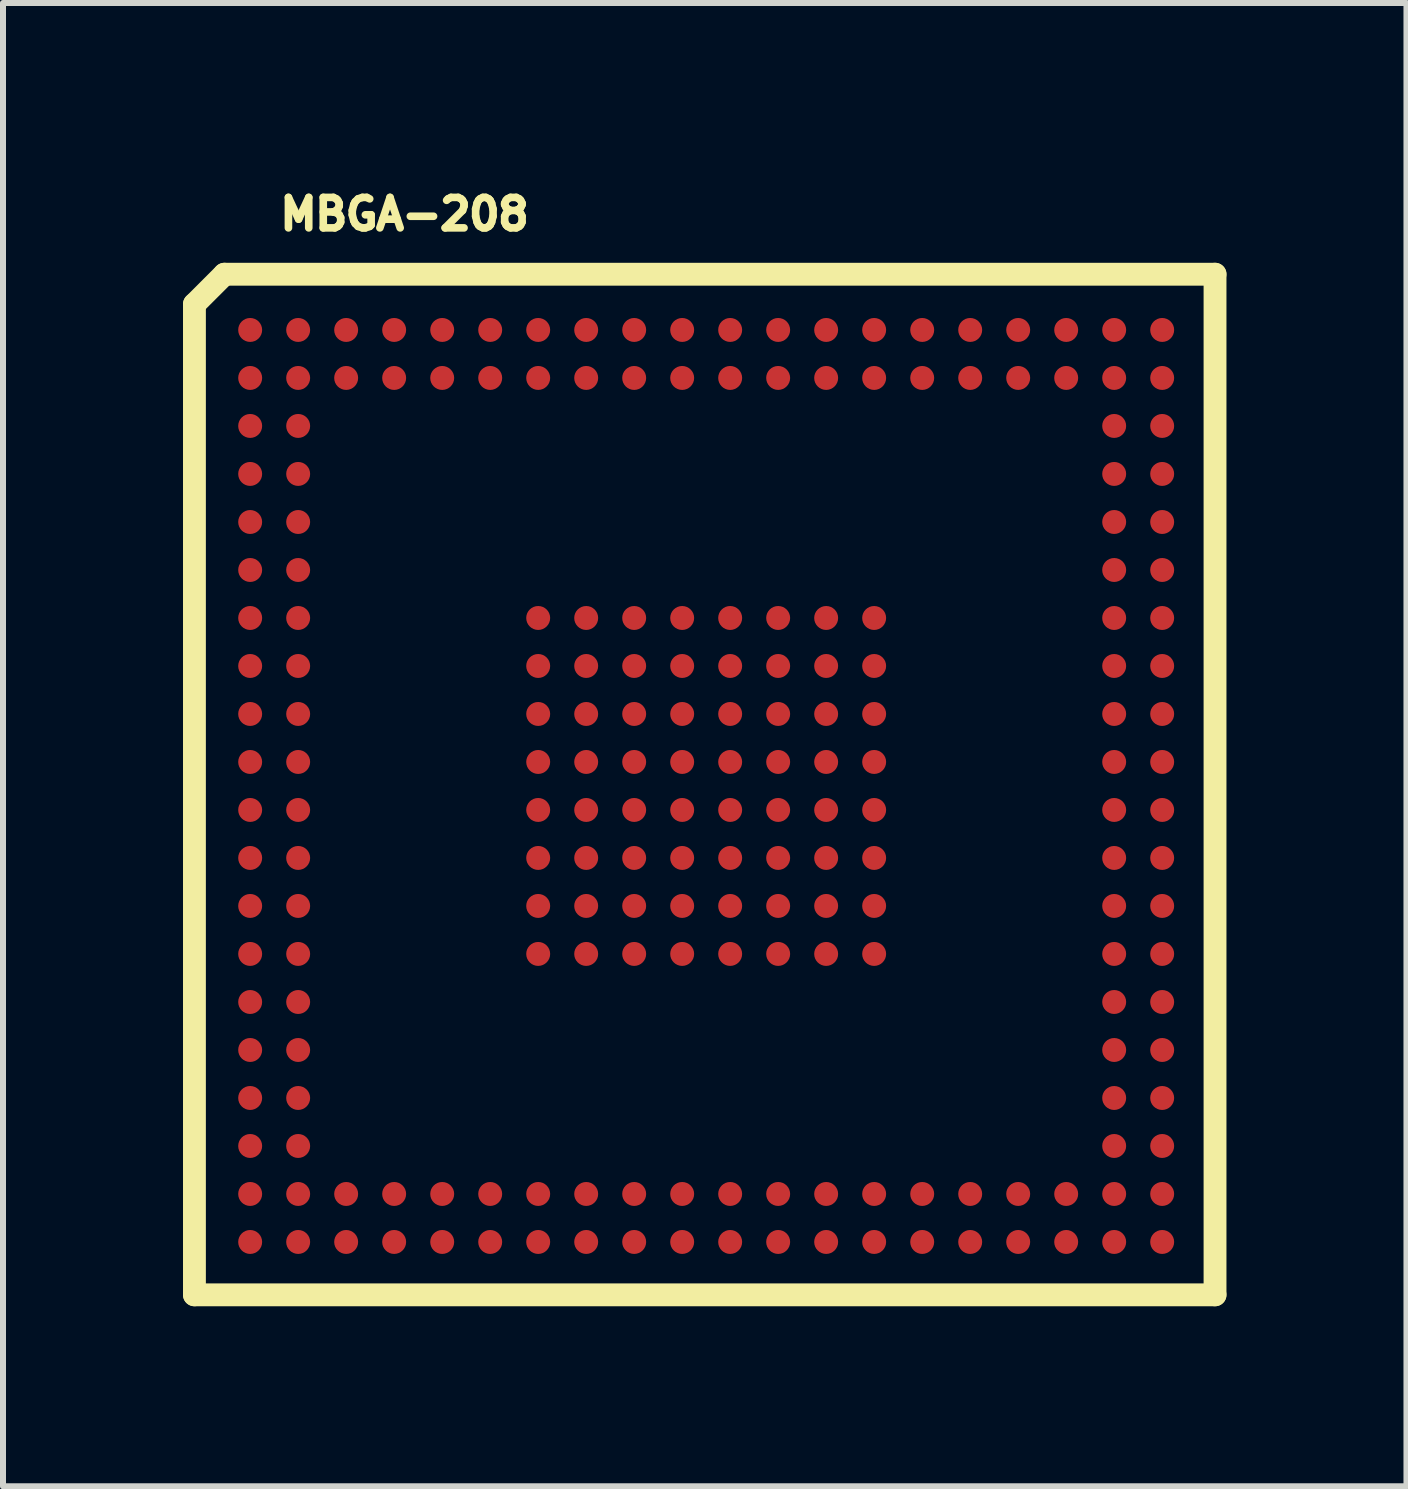
<source format=kicad_pcb>
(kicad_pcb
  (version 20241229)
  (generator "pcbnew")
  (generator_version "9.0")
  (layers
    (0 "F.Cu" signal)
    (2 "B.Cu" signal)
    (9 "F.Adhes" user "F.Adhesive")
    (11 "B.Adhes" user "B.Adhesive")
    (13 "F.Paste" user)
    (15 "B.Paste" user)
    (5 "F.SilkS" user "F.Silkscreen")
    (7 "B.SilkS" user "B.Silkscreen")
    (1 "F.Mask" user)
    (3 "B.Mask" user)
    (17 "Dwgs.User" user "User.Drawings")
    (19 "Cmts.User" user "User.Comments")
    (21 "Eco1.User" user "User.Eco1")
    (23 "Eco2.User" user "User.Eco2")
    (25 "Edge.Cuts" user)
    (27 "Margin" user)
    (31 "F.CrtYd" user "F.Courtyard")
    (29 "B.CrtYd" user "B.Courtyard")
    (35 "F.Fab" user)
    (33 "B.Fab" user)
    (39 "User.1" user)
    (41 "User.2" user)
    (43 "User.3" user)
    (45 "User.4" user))
  (footprint "MBGA-208"
    (layer "F.Cu")
    (at 8.697 10.027)
    (property "Reference" "MBGA-208" (at -5.004 -9.507 0) (layer "F.SilkS") (effects (font (size 0.508 0.508) (thickness 0.127))))
    (attr through_hole)
    (fp_line (start -8.506 -8.006) (end -8.006 -8.506) (stroke (width 0.381) (type solid)) (layer "F.SilkS"))
    (fp_line (start -8.506 8.506) (end -8.506 -8.006) (stroke (width 0.381) (type solid)) (layer "F.SilkS"))
    (fp_line (start -8.006 -8.506) (end 8.506 -8.506) (stroke (width 0.381) (type solid)) (layer "F.SilkS"))
    (fp_line (start 8.506 -8.506) (end 8.506 8.506) (stroke (width 0.381) (type solid)) (layer "F.SilkS"))
    (fp_line (start 8.506 8.506) (end -8.506 8.506) (stroke (width 0.381) (type solid)) (layer "F.SilkS"))
    (pad "A1" smd circle (at -7.577 -7.577) (size 0.399 0.399) (layers "F.Cu" "F.Mask" "F.Paste"))
    (pad "A2" smd circle (at -6.777 -7.577) (size 0.399 0.399) (layers "F.Cu" "F.Mask" "F.Paste"))
    (pad "A3" smd circle (at -5.977 -7.577) (size 0.399 0.399) (layers "F.Cu" "F.Mask" "F.Paste"))
    (pad "A4" smd circle (at -5.177 -7.577) (size 0.399 0.399) (layers "F.Cu" "F.Mask" "F.Paste"))
    (pad "A5" smd circle (at -4.376 -7.577) (size 0.399 0.399) (layers "F.Cu" "F.Mask" "F.Paste"))
    (pad "A6" smd circle (at -3.576 -7.577) (size 0.399 0.399) (layers "F.Cu" "F.Mask" "F.Paste"))
    (pad "A7" smd circle (at -2.776 -7.577) (size 0.399 0.399) (layers "F.Cu" "F.Mask" "F.Paste"))
    (pad "A8" smd circle (at -1.976 -7.577) (size 0.399 0.399) (layers "F.Cu" "F.Mask" "F.Paste"))
    (pad "A9" smd circle (at -1.176 -7.577) (size 0.399 0.399) (layers "F.Cu" "F.Mask" "F.Paste"))
    (pad "A10" smd circle (at -0.376 -7.577) (size 0.399 0.399) (layers "F.Cu" "F.Mask" "F.Paste"))
    (pad "A11" smd circle (at 0.424 -7.577) (size 0.399 0.399) (layers "F.Cu" "F.Mask" "F.Paste"))
    (pad "A12" smd circle (at 1.224 -7.577) (size 0.399 0.399) (layers "F.Cu" "F.Mask" "F.Paste"))
    (pad "A13" smd circle (at 2.024 -7.577) (size 0.399 0.399) (layers "F.Cu" "F.Mask" "F.Paste"))
    (pad "A14" smd circle (at 2.824 -7.577) (size 0.399 0.399) (layers "F.Cu" "F.Mask" "F.Paste"))
    (pad "A15" smd circle (at 3.625 -7.577) (size 0.399 0.399) (layers "F.Cu" "F.Mask" "F.Paste"))
    (pad "A16" smd circle (at 4.425 -7.577) (size 0.399 0.399) (layers "F.Cu" "F.Mask" "F.Paste"))
    (pad "A17" smd circle (at 5.225 -7.577) (size 0.399 0.399) (layers "F.Cu" "F.Mask" "F.Paste"))
    (pad "A18" smd circle (at 6.025 -7.577) (size 0.399 0.399) (layers "F.Cu" "F.Mask" "F.Paste"))
    (pad "A19" smd circle (at 6.825 -7.577) (size 0.399 0.399) (layers "F.Cu" "F.Mask" "F.Paste"))
    (pad "A20" smd circle (at 7.625 -7.577) (size 0.399 0.399) (layers "F.Cu" "F.Mask" "F.Paste"))
    (pad "B1" smd circle (at -7.577 -6.777) (size 0.399 0.399) (layers "F.Cu" "F.Mask" "F.Paste"))
    (pad "B2" smd circle (at -6.777 -6.777) (size 0.399 0.399) (layers "F.Cu" "F.Mask" "F.Paste"))
    (pad "B3" smd circle (at -5.977 -6.777) (size 0.399 0.399) (layers "F.Cu" "F.Mask" "F.Paste"))
    (pad "B4" smd circle (at -5.177 -6.777) (size 0.399 0.399) (layers "F.Cu" "F.Mask" "F.Paste"))
    (pad "B5" smd circle (at -4.376 -6.777) (size 0.399 0.399) (layers "F.Cu" "F.Mask" "F.Paste"))
    (pad "B6" smd circle (at -3.576 -6.777) (size 0.399 0.399) (layers "F.Cu" "F.Mask" "F.Paste"))
    (pad "B7" smd circle (at -2.776 -6.777) (size 0.399 0.399) (layers "F.Cu" "F.Mask" "F.Paste"))
    (pad "B8" smd circle (at -1.976 -6.777) (size 0.399 0.399) (layers "F.Cu" "F.Mask" "F.Paste"))
    (pad "B9" smd circle (at -1.176 -6.777) (size 0.399 0.399) (layers "F.Cu" "F.Mask" "F.Paste"))
    (pad "B10" smd circle (at -0.376 -6.777) (size 0.399 0.399) (layers "F.Cu" "F.Mask" "F.Paste"))
    (pad "B11" smd circle (at 0.424 -6.777) (size 0.399 0.399) (layers "F.Cu" "F.Mask" "F.Paste"))
    (pad "B12" smd circle (at 1.224 -6.777) (size 0.399 0.399) (layers "F.Cu" "F.Mask" "F.Paste"))
    (pad "B13" smd circle (at 2.024 -6.777) (size 0.399 0.399) (layers "F.Cu" "F.Mask" "F.Paste"))
    (pad "B14" smd circle (at 2.824 -6.777) (size 0.399 0.399) (layers "F.Cu" "F.Mask" "F.Paste"))
    (pad "B15" smd circle (at 3.625 -6.777) (size 0.399 0.399) (layers "F.Cu" "F.Mask" "F.Paste"))
    (pad "B16" smd circle (at 4.425 -6.777) (size 0.399 0.399) (layers "F.Cu" "F.Mask" "F.Paste"))
    (pad "B17" smd circle (at 5.225 -6.777) (size 0.399 0.399) (layers "F.Cu" "F.Mask" "F.Paste"))
    (pad "B18" smd circle (at 6.025 -6.777) (size 0.399 0.399) (layers "F.Cu" "F.Mask" "F.Paste"))
    (pad "B19" smd circle (at 6.825 -6.777) (size 0.399 0.399) (layers "F.Cu" "F.Mask" "F.Paste"))
    (pad "B20" smd circle (at 7.625 -6.777) (size 0.399 0.399) (layers "F.Cu" "F.Mask" "F.Paste"))
    (pad "C1" smd circle (at -7.577 -5.977) (size 0.399 0.399) (layers "F.Cu" "F.Mask" "F.Paste"))
    (pad "C2" smd circle (at -6.777 -5.977) (size 0.399 0.399) (layers "F.Cu" "F.Mask" "F.Paste"))
    (pad "C19" smd circle (at 6.825 -5.977) (size 0.399 0.399) (layers "F.Cu" "F.Mask" "F.Paste"))
    (pad "C20" smd circle (at 7.625 -5.977) (size 0.399 0.399) (layers "F.Cu" "F.Mask" "F.Paste"))
    (pad "D1" smd circle (at -7.577 -5.177) (size 0.399 0.399) (layers "F.Cu" "F.Mask" "F.Paste"))
    (pad "D2" smd circle (at -6.777 -5.177) (size 0.399 0.399) (layers "F.Cu" "F.Mask" "F.Paste"))
    (pad "D19" smd circle (at 6.825 -5.177) (size 0.399 0.399) (layers "F.Cu" "F.Mask" "F.Paste"))
    (pad "D20" smd circle (at 7.625 -5.177) (size 0.399 0.399) (layers "F.Cu" "F.Mask" "F.Paste"))
    (pad "E1" smd circle (at -7.577 -4.376) (size 0.399 0.399) (layers "F.Cu" "F.Mask" "F.Paste"))
    (pad "E2" smd circle (at -6.777 -4.376) (size 0.399 0.399) (layers "F.Cu" "F.Mask" "F.Paste"))
    (pad "E19" smd circle (at 6.825 -4.376) (size 0.399 0.399) (layers "F.Cu" "F.Mask" "F.Paste"))
    (pad "E20" smd circle (at 7.625 -4.376) (size 0.399 0.399) (layers "F.Cu" "F.Mask" "F.Paste"))
    (pad "F1" smd circle (at -7.577 -3.576) (size 0.399 0.399) (layers "F.Cu" "F.Mask" "F.Paste"))
    (pad "F2" smd circle (at -6.777 -3.576) (size 0.399 0.399) (layers "F.Cu" "F.Mask" "F.Paste"))
    (pad "F19" smd circle (at 6.825 -3.576) (size 0.399 0.399) (layers "F.Cu" "F.Mask" "F.Paste"))
    (pad "F20" smd circle (at 7.625 -3.576) (size 0.399 0.399) (layers "F.Cu" "F.Mask" "F.Paste"))
    (pad "G1" smd circle (at -7.577 -2.776) (size 0.399 0.399) (layers "F.Cu" "F.Mask" "F.Paste"))
    (pad "G2" smd circle (at -6.777 -2.776) (size 0.399 0.399) (layers "F.Cu" "F.Mask" "F.Paste"))
    (pad "G7" smd circle (at -2.776 -2.776) (size 0.399 0.399) (layers "F.Cu" "F.Mask" "F.Paste"))
    (pad "G8" smd circle (at -1.976 -2.776) (size 0.399 0.399) (layers "F.Cu" "F.Mask" "F.Paste"))
    (pad "G9" smd circle (at -1.176 -2.776) (size 0.399 0.399) (layers "F.Cu" "F.Mask" "F.Paste"))
    (pad "G10" smd circle (at -0.376 -2.776) (size 0.399 0.399) (layers "F.Cu" "F.Mask" "F.Paste"))
    (pad "G11" smd circle (at 0.424 -2.776) (size 0.399 0.399) (layers "F.Cu" "F.Mask" "F.Paste"))
    (pad "G12" smd circle (at 1.224 -2.776) (size 0.399 0.399) (layers "F.Cu" "F.Mask" "F.Paste"))
    (pad "G13" smd circle (at 2.024 -2.776) (size 0.399 0.399) (layers "F.Cu" "F.Mask" "F.Paste"))
    (pad "G14" smd circle (at 2.824 -2.776) (size 0.399 0.399) (layers "F.Cu" "F.Mask" "F.Paste"))
    (pad "G19" smd circle (at 6.825 -2.776) (size 0.399 0.399) (layers "F.Cu" "F.Mask" "F.Paste"))
    (pad "G20" smd circle (at 7.625 -2.776) (size 0.399 0.399) (layers "F.Cu" "F.Mask" "F.Paste"))
    (pad "H1" smd circle (at -7.577 -1.976) (size 0.399 0.399) (layers "F.Cu" "F.Mask" "F.Paste"))
    (pad "H2" smd circle (at -6.777 -1.976) (size 0.399 0.399) (layers "F.Cu" "F.Mask" "F.Paste"))
    (pad "H7" smd circle (at -2.776 -1.976) (size 0.399 0.399) (layers "F.Cu" "F.Mask" "F.Paste"))
    (pad "H8" smd circle (at -1.976 -1.976) (size 0.399 0.399) (layers "F.Cu" "F.Mask" "F.Paste"))
    (pad "H9" smd circle (at -1.176 -1.976) (size 0.399 0.399) (layers "F.Cu" "F.Mask" "F.Paste"))
    (pad "H10" smd circle (at -0.376 -1.976) (size 0.399 0.399) (layers "F.Cu" "F.Mask" "F.Paste"))
    (pad "H11" smd circle (at 0.424 -1.976) (size 0.399 0.399) (layers "F.Cu" "F.Mask" "F.Paste"))
    (pad "H12" smd circle (at 1.224 -1.976) (size 0.399 0.399) (layers "F.Cu" "F.Mask" "F.Paste"))
    (pad "H13" smd circle (at 2.024 -1.976) (size 0.399 0.399) (layers "F.Cu" "F.Mask" "F.Paste"))
    (pad "H14" smd circle (at 2.824 -1.976) (size 0.399 0.399) (layers "F.Cu" "F.Mask" "F.Paste"))
    (pad "H19" smd circle (at 6.825 -1.976) (size 0.399 0.399) (layers "F.Cu" "F.Mask" "F.Paste"))
    (pad "H20" smd circle (at 7.625 -1.976) (size 0.399 0.399) (layers "F.Cu" "F.Mask" "F.Paste"))
    (pad "J1" smd circle (at -7.577 -1.176) (size 0.399 0.399) (layers "F.Cu" "F.Mask" "F.Paste"))
    (pad "J2" smd circle (at -6.777 -1.176) (size 0.399 0.399) (layers "F.Cu" "F.Mask" "F.Paste"))
    (pad "J7" smd circle (at -2.776 -1.176) (size 0.399 0.399) (layers "F.Cu" "F.Mask" "F.Paste"))
    (pad "J8" smd circle (at -1.976 -1.176) (size 0.399 0.399) (layers "F.Cu" "F.Mask" "F.Paste"))
    (pad "J9" smd circle (at -1.176 -1.176) (size 0.399 0.399) (layers "F.Cu" "F.Mask" "F.Paste"))
    (pad "J10" smd circle (at -0.376 -1.176) (size 0.399 0.399) (layers "F.Cu" "F.Mask" "F.Paste"))
    (pad "J11" smd circle (at 0.424 -1.176) (size 0.399 0.399) (layers "F.Cu" "F.Mask" "F.Paste"))
    (pad "J12" smd circle (at 1.224 -1.176) (size 0.399 0.399) (layers "F.Cu" "F.Mask" "F.Paste"))
    (pad "J13" smd circle (at 2.024 -1.176) (size 0.399 0.399) (layers "F.Cu" "F.Mask" "F.Paste"))
    (pad "J14" smd circle (at 2.824 -1.176) (size 0.399 0.399) (layers "F.Cu" "F.Mask" "F.Paste"))
    (pad "J19" smd circle (at 6.825 -1.176) (size 0.399 0.399) (layers "F.Cu" "F.Mask" "F.Paste"))
    (pad "J20" smd circle (at 7.625 -1.176) (size 0.399 0.399) (layers "F.Cu" "F.Mask" "F.Paste"))
    (pad "K1" smd circle (at -7.577 -0.376) (size 0.399 0.399) (layers "F.Cu" "F.Mask" "F.Paste"))
    (pad "K2" smd circle (at -6.777 -0.376) (size 0.399 0.399) (layers "F.Cu" "F.Mask" "F.Paste"))
    (pad "K7" smd circle (at -2.776 -0.376) (size 0.399 0.399) (layers "F.Cu" "F.Mask" "F.Paste"))
    (pad "K8" smd circle (at -1.976 -0.376) (size 0.399 0.399) (layers "F.Cu" "F.Mask" "F.Paste"))
    (pad "K9" smd circle (at -1.176 -0.376) (size 0.399 0.399) (layers "F.Cu" "F.Mask" "F.Paste"))
    (pad "K10" smd circle (at -0.376 -0.376) (size 0.399 0.399) (layers "F.Cu" "F.Mask" "F.Paste"))
    (pad "K11" smd circle (at 0.424 -0.376) (size 0.399 0.399) (layers "F.Cu" "F.Mask" "F.Paste"))
    (pad "K12" smd circle (at 1.224 -0.376) (size 0.399 0.399) (layers "F.Cu" "F.Mask" "F.Paste"))
    (pad "K13" smd circle (at 2.024 -0.376) (size 0.399 0.399) (layers "F.Cu" "F.Mask" "F.Paste"))
    (pad "K14" smd circle (at 2.824 -0.376) (size 0.399 0.399) (layers "F.Cu" "F.Mask" "F.Paste"))
    (pad "K19" smd circle (at 6.825 -0.376) (size 0.399 0.399) (layers "F.Cu" "F.Mask" "F.Paste"))
    (pad "K20" smd circle (at 7.625 -0.376) (size 0.399 0.399) (layers "F.Cu" "F.Mask" "F.Paste"))
    (pad "L1" smd circle (at -7.577 0.424) (size 0.399 0.399) (layers "F.Cu" "F.Mask" "F.Paste"))
    (pad "L2" smd circle (at -6.777 0.424) (size 0.399 0.399) (layers "F.Cu" "F.Mask" "F.Paste"))
    (pad "L7" smd circle (at -2.776 0.424) (size 0.399 0.399) (layers "F.Cu" "F.Mask" "F.Paste"))
    (pad "L8" smd circle (at -1.976 0.424) (size 0.399 0.399) (layers "F.Cu" "F.Mask" "F.Paste"))
    (pad "L9" smd circle (at -1.176 0.424) (size 0.399 0.399) (layers "F.Cu" "F.Mask" "F.Paste"))
    (pad "L10" smd circle (at -0.376 0.424) (size 0.399 0.399) (layers "F.Cu" "F.Mask" "F.Paste"))
    (pad "L11" smd circle (at 0.424 0.424) (size 0.399 0.399) (layers "F.Cu" "F.Mask" "F.Paste"))
    (pad "L12" smd circle (at 1.224 0.424) (size 0.399 0.399) (layers "F.Cu" "F.Mask" "F.Paste"))
    (pad "L13" smd circle (at 2.024 0.424) (size 0.399 0.399) (layers "F.Cu" "F.Mask" "F.Paste"))
    (pad "L14" smd circle (at 2.824 0.424) (size 0.399 0.399) (layers "F.Cu" "F.Mask" "F.Paste"))
    (pad "L19" smd circle (at 6.825 0.424) (size 0.399 0.399) (layers "F.Cu" "F.Mask" "F.Paste"))
    (pad "L20" smd circle (at 7.625 0.424) (size 0.399 0.399) (layers "F.Cu" "F.Mask" "F.Paste"))
    (pad "M1" smd circle (at -7.577 1.224) (size 0.399 0.399) (layers "F.Cu" "F.Mask" "F.Paste"))
    (pad "M2" smd circle (at -6.777 1.224) (size 0.399 0.399) (layers "F.Cu" "F.Mask" "F.Paste"))
    (pad "M7" smd circle (at -2.776 1.224) (size 0.399 0.399) (layers "F.Cu" "F.Mask" "F.Paste"))
    (pad "M8" smd circle (at -1.976 1.224) (size 0.399 0.399) (layers "F.Cu" "F.Mask" "F.Paste"))
    (pad "M9" smd circle (at -1.176 1.224) (size 0.399 0.399) (layers "F.Cu" "F.Mask" "F.Paste"))
    (pad "M10" smd circle (at -0.376 1.224) (size 0.399 0.399) (layers "F.Cu" "F.Mask" "F.Paste"))
    (pad "M11" smd circle (at 0.424 1.224) (size 0.399 0.399) (layers "F.Cu" "F.Mask" "F.Paste"))
    (pad "M12" smd circle (at 1.224 1.224) (size 0.399 0.399) (layers "F.Cu" "F.Mask" "F.Paste"))
    (pad "M13" smd circle (at 2.024 1.224) (size 0.399 0.399) (layers "F.Cu" "F.Mask" "F.Paste"))
    (pad "M14" smd circle (at 2.824 1.224) (size 0.399 0.399) (layers "F.Cu" "F.Mask" "F.Paste"))
    (pad "M19" smd circle (at 6.825 1.224) (size 0.399 0.399) (layers "F.Cu" "F.Mask" "F.Paste"))
    (pad "M20" smd circle (at 7.625 1.224) (size 0.399 0.399) (layers "F.Cu" "F.Mask" "F.Paste"))
    (pad "N1" smd circle (at -7.577 2.024) (size 0.399 0.399) (layers "F.Cu" "F.Mask" "F.Paste"))
    (pad "N2" smd circle (at -6.777 2.024) (size 0.399 0.399) (layers "F.Cu" "F.Mask" "F.Paste"))
    (pad "N7" smd circle (at -2.776 2.024) (size 0.399 0.399) (layers "F.Cu" "F.Mask" "F.Paste"))
    (pad "N8" smd circle (at -1.976 2.024) (size 0.399 0.399) (layers "F.Cu" "F.Mask" "F.Paste"))
    (pad "N9" smd circle (at -1.176 2.024) (size 0.399 0.399) (layers "F.Cu" "F.Mask" "F.Paste"))
    (pad "N10" smd circle (at -0.376 2.024) (size 0.399 0.399) (layers "F.Cu" "F.Mask" "F.Paste"))
    (pad "N11" smd circle (at 0.424 2.024) (size 0.399 0.399) (layers "F.Cu" "F.Mask" "F.Paste"))
    (pad "N12" smd circle (at 1.224 2.024) (size 0.399 0.399) (layers "F.Cu" "F.Mask" "F.Paste"))
    (pad "N13" smd circle (at 2.024 2.024) (size 0.399 0.399) (layers "F.Cu" "F.Mask" "F.Paste"))
    (pad "N14" smd circle (at 2.824 2.024) (size 0.399 0.399) (layers "F.Cu" "F.Mask" "F.Paste"))
    (pad "N19" smd circle (at 6.825 2.024) (size 0.399 0.399) (layers "F.Cu" "F.Mask" "F.Paste"))
    (pad "N20" smd circle (at 7.625 2.024) (size 0.399 0.399) (layers "F.Cu" "F.Mask" "F.Paste"))
    (pad "P1" smd circle (at -7.577 2.824) (size 0.399 0.399) (layers "F.Cu" "F.Mask" "F.Paste"))
    (pad "P2" smd circle (at -6.777 2.824) (size 0.399 0.399) (layers "F.Cu" "F.Mask" "F.Paste"))
    (pad "P7" smd circle (at -2.776 2.824) (size 0.399 0.399) (layers "F.Cu" "F.Mask" "F.Paste"))
    (pad "P8" smd circle (at -1.976 2.824) (size 0.399 0.399) (layers "F.Cu" "F.Mask" "F.Paste"))
    (pad "P9" smd circle (at -1.176 2.824) (size 0.399 0.399) (layers "F.Cu" "F.Mask" "F.Paste"))
    (pad "P10" smd circle (at -0.376 2.824) (size 0.399 0.399) (layers "F.Cu" "F.Mask" "F.Paste"))
    (pad "P11" smd circle (at 0.424 2.824) (size 0.399 0.399) (layers "F.Cu" "F.Mask" "F.Paste"))
    (pad "P12" smd circle (at 1.224 2.824) (size 0.399 0.399) (layers "F.Cu" "F.Mask" "F.Paste"))
    (pad "P13" smd circle (at 2.024 2.824) (size 0.399 0.399) (layers "F.Cu" "F.Mask" "F.Paste"))
    (pad "P14" smd circle (at 2.824 2.824) (size 0.399 0.399) (layers "F.Cu" "F.Mask" "F.Paste"))
    (pad "P19" smd circle (at 6.825 2.824) (size 0.399 0.399) (layers "F.Cu" "F.Mask" "F.Paste"))
    (pad "P20" smd circle (at 7.625 2.824) (size 0.399 0.399) (layers "F.Cu" "F.Mask" "F.Paste"))
    (pad "R1" smd circle (at -7.577 3.625) (size 0.399 0.399) (layers "F.Cu" "F.Mask" "F.Paste"))
    (pad "R2" smd circle (at -6.777 3.625) (size 0.399 0.399) (layers "F.Cu" "F.Mask" "F.Paste"))
    (pad "R19" smd circle (at 6.825 3.625) (size 0.399 0.399) (layers "F.Cu" "F.Mask" "F.Paste"))
    (pad "R20" smd circle (at 7.625 3.625) (size 0.399 0.399) (layers "F.Cu" "F.Mask" "F.Paste"))
    (pad "T1" smd circle (at -7.577 4.425) (size 0.399 0.399) (layers "F.Cu" "F.Mask" "F.Paste"))
    (pad "T2" smd circle (at -6.777 4.425) (size 0.399 0.399) (layers "F.Cu" "F.Mask" "F.Paste"))
    (pad "T19" smd circle (at 6.825 4.425) (size 0.399 0.399) (layers "F.Cu" "F.Mask" "F.Paste"))
    (pad "T20" smd circle (at 7.625 4.425) (size 0.399 0.399) (layers "F.Cu" "F.Mask" "F.Paste"))
    (pad "U1" smd circle (at -7.577 5.225) (size 0.399 0.399) (layers "F.Cu" "F.Mask" "F.Paste"))
    (pad "U2" smd circle (at -6.777 5.225) (size 0.399 0.399) (layers "F.Cu" "F.Mask" "F.Paste"))
    (pad "U19" smd circle (at 6.825 5.225) (size 0.399 0.399) (layers "F.Cu" "F.Mask" "F.Paste"))
    (pad "U20" smd circle (at 7.625 5.225) (size 0.399 0.399) (layers "F.Cu" "F.Mask" "F.Paste"))
    (pad "V1" smd circle (at -7.577 6.025) (size 0.399 0.399) (layers "F.Cu" "F.Mask" "F.Paste"))
    (pad "V2" smd circle (at -6.777 6.025) (size 0.399 0.399) (layers "F.Cu" "F.Mask" "F.Paste"))
    (pad "V19" smd circle (at 6.825 6.025) (size 0.399 0.399) (layers "F.Cu" "F.Mask" "F.Paste"))
    (pad "V20" smd circle (at 7.625 6.025) (size 0.399 0.399) (layers "F.Cu" "F.Mask" "F.Paste"))
    (pad "W1" smd circle (at -7.577 6.825) (size 0.399 0.399) (layers "F.Cu" "F.Mask" "F.Paste"))
    (pad "W2" smd circle (at -6.777 6.825) (size 0.399 0.399) (layers "F.Cu" "F.Mask" "F.Paste"))
    (pad "W3" smd circle (at -5.977 6.825) (size 0.399 0.399) (layers "F.Cu" "F.Mask" "F.Paste"))
    (pad "W4" smd circle (at -5.177 6.825) (size 0.399 0.399) (layers "F.Cu" "F.Mask" "F.Paste"))
    (pad "W5" smd circle (at -4.376 6.825) (size 0.399 0.399) (layers "F.Cu" "F.Mask" "F.Paste"))
    (pad "W6" smd circle (at -3.576 6.825) (size 0.399 0.399) (layers "F.Cu" "F.Mask" "F.Paste"))
    (pad "W7" smd circle (at -2.776 6.825) (size 0.399 0.399) (layers "F.Cu" "F.Mask" "F.Paste"))
    (pad "W8" smd circle (at -1.976 6.825) (size 0.399 0.399) (layers "F.Cu" "F.Mask" "F.Paste"))
    (pad "W9" smd circle (at -1.176 6.825) (size 0.399 0.399) (layers "F.Cu" "F.Mask" "F.Paste"))
    (pad "W10" smd circle (at -0.376 6.825) (size 0.399 0.399) (layers "F.Cu" "F.Mask" "F.Paste"))
    (pad "W11" smd circle (at 0.424 6.825) (size 0.399 0.399) (layers "F.Cu" "F.Mask" "F.Paste"))
    (pad "W12" smd circle (at 1.224 6.825) (size 0.399 0.399) (layers "F.Cu" "F.Mask" "F.Paste"))
    (pad "W13" smd circle (at 2.024 6.825) (size 0.399 0.399) (layers "F.Cu" "F.Mask" "F.Paste"))
    (pad "W14" smd circle (at 2.824 6.825) (size 0.399 0.399) (layers "F.Cu" "F.Mask" "F.Paste"))
    (pad "W15" smd circle (at 3.625 6.825) (size 0.399 0.399) (layers "F.Cu" "F.Mask" "F.Paste"))
    (pad "W16" smd circle (at 4.425 6.825) (size 0.399 0.399) (layers "F.Cu" "F.Mask" "F.Paste"))
    (pad "W17" smd circle (at 5.225 6.825) (size 0.399 0.399) (layers "F.Cu" "F.Mask" "F.Paste"))
    (pad "W18" smd circle (at 6.025 6.825) (size 0.399 0.399) (layers "F.Cu" "F.Mask" "F.Paste"))
    (pad "W19" smd circle (at 6.825 6.825) (size 0.399 0.399) (layers "F.Cu" "F.Mask" "F.Paste"))
    (pad "W20" smd circle (at 7.625 6.825) (size 0.399 0.399) (layers "F.Cu" "F.Mask" "F.Paste"))
    (pad "Y1" smd circle (at -7.577 7.625) (size 0.399 0.399) (layers "F.Cu" "F.Mask" "F.Paste"))
    (pad "Y2" smd circle (at -6.777 7.625) (size 0.399 0.399) (layers "F.Cu" "F.Mask" "F.Paste"))
    (pad "Y3" smd circle (at -5.977 7.625) (size 0.399 0.399) (layers "F.Cu" "F.Mask" "F.Paste"))
    (pad "Y4" smd circle (at -5.177 7.625) (size 0.399 0.399) (layers "F.Cu" "F.Mask" "F.Paste"))
    (pad "Y5" smd circle (at -4.376 7.625) (size 0.399 0.399) (layers "F.Cu" "F.Mask" "F.Paste"))
    (pad "Y6" smd circle (at -3.576 7.625) (size 0.399 0.399) (layers "F.Cu" "F.Mask" "F.Paste"))
    (pad "Y7" smd circle (at -2.776 7.625) (size 0.399 0.399) (layers "F.Cu" "F.Mask" "F.Paste"))
    (pad "Y8" smd circle (at -1.976 7.625) (size 0.399 0.399) (layers "F.Cu" "F.Mask" "F.Paste"))
    (pad "Y9" smd circle (at -1.176 7.625) (size 0.399 0.399) (layers "F.Cu" "F.Mask" "F.Paste"))
    (pad "Y10" smd circle (at -0.376 7.625) (size 0.399 0.399) (layers "F.Cu" "F.Mask" "F.Paste"))
    (pad "Y11" smd circle (at 0.424 7.625) (size 0.399 0.399) (layers "F.Cu" "F.Mask" "F.Paste"))
    (pad "Y12" smd circle (at 1.224 7.625) (size 0.399 0.399) (layers "F.Cu" "F.Mask" "F.Paste"))
    (pad "Y13" smd circle (at 2.024 7.625) (size 0.399 0.399) (layers "F.Cu" "F.Mask" "F.Paste"))
    (pad "Y14" smd circle (at 2.824 7.625) (size 0.399 0.399) (layers "F.Cu" "F.Mask" "F.Paste"))
    (pad "Y15" smd circle (at 3.625 7.625) (size 0.399 0.399) (layers "F.Cu" "F.Mask" "F.Paste"))
    (pad "Y16" smd circle (at 4.425 7.625) (size 0.399 0.399) (layers "F.Cu" "F.Mask" "F.Paste"))
    (pad "Y17" smd circle (at 5.225 7.625) (size 0.399 0.399) (layers "F.Cu" "F.Mask" "F.Paste"))
    (pad "Y18" smd circle (at 6.025 7.625) (size 0.399 0.399) (layers "F.Cu" "F.Mask" "F.Paste"))
    (pad "Y19" smd circle (at 6.825 7.625) (size 0.399 0.399) (layers "F.Cu" "F.Mask" "F.Paste"))
    (pad "Y20" smd circle (at 7.625 7.625) (size 0.399 0.399) (layers "F.Cu" "F.Mask" "F.Paste")))
  (gr_rect
    (start -3 -3)
    (end 20.394 21.724)
    (stroke (width 0.1) (type default))
    (fill no)
    (layer "Edge.Cuts")))
</source>
